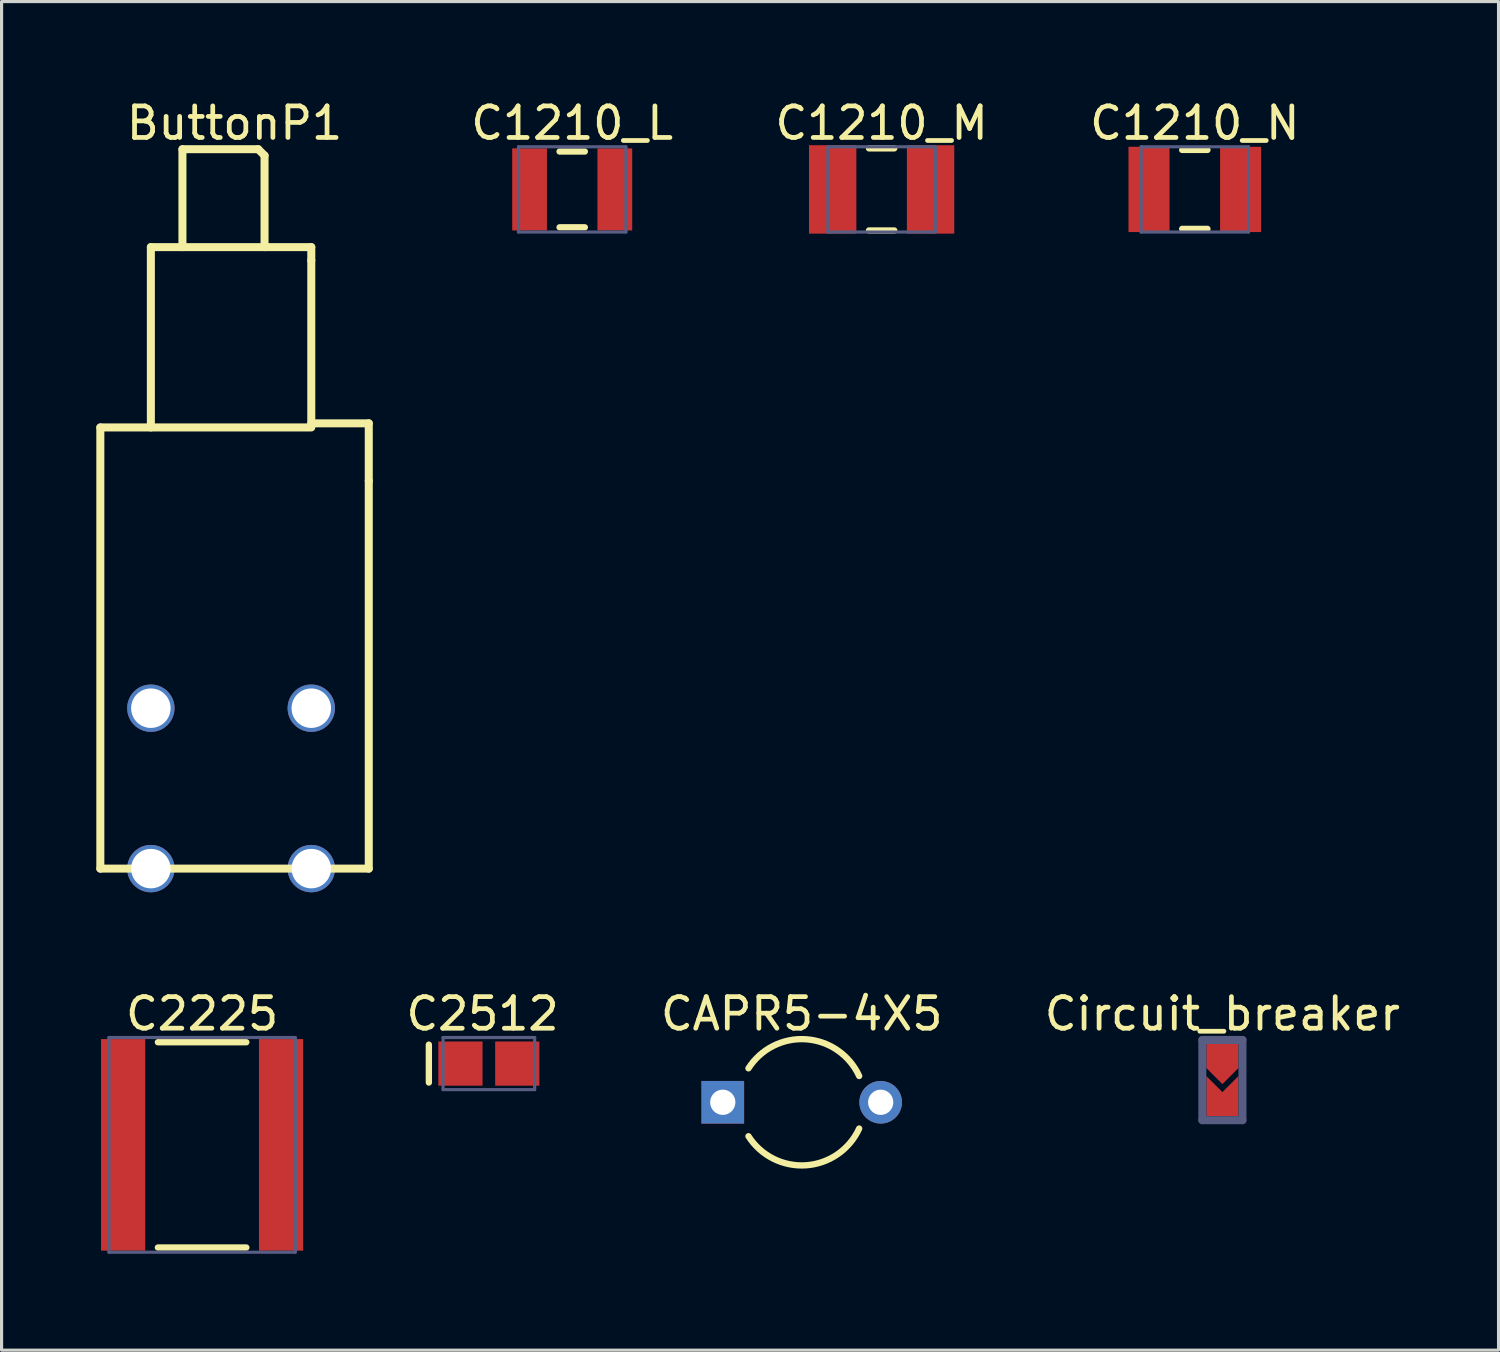
<source format=kicad_pcb>
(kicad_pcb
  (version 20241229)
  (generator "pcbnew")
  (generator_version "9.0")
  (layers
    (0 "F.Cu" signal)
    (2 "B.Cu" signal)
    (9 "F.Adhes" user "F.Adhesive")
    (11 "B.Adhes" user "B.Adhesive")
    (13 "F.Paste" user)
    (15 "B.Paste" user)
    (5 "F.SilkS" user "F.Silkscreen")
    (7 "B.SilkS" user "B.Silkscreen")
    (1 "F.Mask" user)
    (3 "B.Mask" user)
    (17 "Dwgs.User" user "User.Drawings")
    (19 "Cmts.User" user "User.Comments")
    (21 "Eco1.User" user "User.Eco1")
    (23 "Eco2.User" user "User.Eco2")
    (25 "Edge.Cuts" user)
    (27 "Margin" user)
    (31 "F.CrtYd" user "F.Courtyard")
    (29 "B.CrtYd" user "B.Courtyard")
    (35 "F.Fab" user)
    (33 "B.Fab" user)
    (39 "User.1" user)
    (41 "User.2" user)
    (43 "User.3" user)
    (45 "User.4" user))
  (footprint "CAPR5-4X5"
    (layer "F.Cu")
    (at 22.337 31.854)
    (property "Reference" "CAPR5-4X5" (at 0 -2.8 0) (layer "F.SilkS") (effects (font (size 1 1) (thickness 0.15))))
    (fp_arc (start -1.68651 -1.075011) (mid 0.138513 -1.995198) (end 1.818888 -0.831673) (stroke (width 0.2) (type solid)) (layer "F.SilkS"))
    (fp_arc (start 1.818889 0.831673) (mid 0.138513 1.995199) (end -1.68651 1.075011) (stroke (width 0.2) (type solid)) (layer "F.SilkS"))
    (pad "1" thru_hole rect (at -2.5 -0.00001) (size 1.35 1.35) (drill 0.8) (layers "*.Cu" "*.Mask"))
    (pad "2" thru_hole circle (at 2.5 0.00001) (size 1.35 1.35) (drill 0.8) (layers "*.Cu" "*.Mask")))
  (footprint "C1210_N"
    (layer "F.Cu")
    (at 34.784 2.948)
    (property "Reference" "C1210_N" (at 0 -2.1 0) (layer "F.SilkS") (effects (font (size 1 1) (thickness 0.15))))
    (fp_line (start -0.4 -1.25) (end 0.4 -1.25) (stroke (width 0.2) (type solid)) (layer "F.SilkS"))
    (fp_line (start -0.4 1.25) (end 0.4 1.25) (stroke (width 0.2) (type solid)) (layer "F.SilkS"))
    (fp_line (start -2.35 -1.6) (end 2.35 -1.6) (stroke (width 0.1) (type solid)) (layer "Eco2.User"))
    (fp_line (start -2.35 1.6) (end -2.35 -1.6) (stroke (width 0.1) (type solid)) (layer "Eco2.User"))
    (fp_line (start -2.35 1.6) (end 2.35 1.6) (stroke (width 0.1) (type solid)) (layer "Eco2.User"))
    (fp_line (start -0.5 0) (end 0.5 0) (stroke (width 0.1) (type solid)) (layer "Eco2.User"))
    (fp_line (start 0 0.5) (end 0 -0.5) (stroke (width 0.1) (type solid)) (layer "Eco2.User"))
    (fp_line (start 2.35 1.6) (end 2.35 -1.6) (stroke (width 0.1) (type solid)) (layer "Eco2.User"))
    (fp_line (start -1.7 -1.35) (end 1.7 -1.35) (stroke (width 0.1) (type solid)) (layer "B.Fab"))
    (fp_line (start -1.7 1.35) (end -1.7 -1.35) (stroke (width 0.1) (type solid)) (layer "B.Fab"))
    (fp_line (start -1.7 1.35) (end 1.7 1.35) (stroke (width 0.1) (type solid)) (layer "B.Fab"))
    (fp_line (start 1.7 1.35) (end 1.7 -1.35) (stroke (width 0.1) (type solid)) (layer "B.Fab"))
    (pad "1" smd rect (at -1.45 0 90) (size 2.7 1.3) (layers "F.Cu" "F.Mask" "F.Paste"))
    (pad "2" smd rect (at 1.45 0 90) (size 2.7 1.3) (layers "F.Cu" "F.Mask" "F.Paste")))
  (footprint "ButtonP1"
    (layer "F.Cu")
    (at 1.727 19.375)
    (property "Reference" "ButtonP1" (at 2.65 -18.527 0) (layer "F.SilkS") (effects (font (size 1 1) (thickness 0.15))))
    (fp_line (start -1.6 -8.89) (end 5.08 -8.89) (stroke (width 0.254) (type solid)) (layer "F.SilkS"))
    (fp_line (start -1.6 5.08) (end -1.6 -8.89) (stroke (width 0.254) (type solid)) (layer "F.SilkS"))
    (fp_line (start -1.6 5.08) (end 6.9 5.08) (stroke (width 0.254) (type solid)) (layer "F.SilkS"))
    (fp_line (start 0 -14.6) (end 5.08 -14.6) (stroke (width 0.254) (type solid)) (layer "F.SilkS"))
    (fp_line (start 0 -8.89) (end 0 -14.6) (stroke (width 0.254) (type solid)) (layer "F.SilkS"))
    (fp_line (start 1 -17.7) (end 3.4 -17.7) (stroke (width 0.254) (type solid)) (layer "F.SilkS"))
    (fp_line (start 1 -14.6) (end 1 -17.7) (stroke (width 0.254) (type solid)) (layer "F.SilkS"))
    (fp_line (start 3.4 -17.7) (end 3.6 -17.5) (stroke (width 0.254) (type solid)) (layer "F.SilkS"))
    (fp_line (start 3.6 -14.6) (end 3.6 -17.5) (stroke (width 0.254) (type solid)) (layer "F.SilkS"))
    (fp_line (start 5.08 -14.18) (end 5.08 -14.6) (stroke (width 0.254) (type solid)) (layer "F.SilkS"))
    (fp_line (start 5.08 -9.02) (end 5.08 -14.18) (stroke (width 0.254) (type solid)) (layer "F.SilkS"))
    (fp_line (start 5.08 -9.02) (end 6.9 -9.02) (stroke (width 0.254) (type solid)) (layer "F.SilkS"))
    (fp_line (start 6.9 -7.2) (end 6.9 -9.02) (stroke (width 0.254) (type solid)) (layer "F.SilkS"))
    (fp_line (start 6.9 5.08) (end 6.9 -7.2) (stroke (width 0.254) (type solid)) (layer "F.SilkS"))
    (pad "1" thru_hole circle (at 0 0) (size 1.5 1.5) (drill 1.25) (layers "*.Cu" "*.Mask"))
    (pad "2" thru_hole circle (at 5.08 0) (size 1.5 1.5) (drill 1.25) (layers "*.Cu" "*.Mask"))
    (pad "3" thru_hole circle (at 0 5.08) (size 1.5 1.5) (drill 1.25) (layers "*.Cu" "*.Mask"))
    (pad "4" thru_hole circle (at 5.08 5.08) (size 1.5 1.5) (drill 1.25) (layers "*.Cu" "*.Mask")))
  (footprint "C2225"
    (layer "F.Cu")
    (at 3.35 33.203)
    (property "Reference" "C2225" (at 0 -4.15 0) (layer "F.SilkS") (effects (font (size 1 1) (thickness 0.15))))
    (fp_line (start -1.4 -3.25) (end 1.4 -3.25) (stroke (width 0.2) (type solid)) (layer "F.SilkS"))
    (fp_line (start -1.4 3.25) (end 1.4 3.25) (stroke (width 0.2) (type solid)) (layer "F.SilkS"))
    (fp_line (start -3.3 -3.45) (end 3.3 -3.45) (stroke (width 0.1) (type solid)) (layer "Eco2.User"))
    (fp_line (start -3.3 3.45) (end -3.3 -3.45) (stroke (width 0.1) (type solid)) (layer "Eco2.User"))
    (fp_line (start -3.3 3.45) (end 3.3 3.45) (stroke (width 0.1) (type solid)) (layer "Eco2.User"))
    (fp_line (start -0.5 0) (end 0.5 0) (stroke (width 0.1) (type solid)) (layer "Eco2.User"))
    (fp_line (start 0 0.5) (end 0 -0.5) (stroke (width 0.1) (type solid)) (layer "Eco2.User"))
    (fp_line (start 3.3 3.45) (end 3.3 -3.45) (stroke (width 0.1) (type solid)) (layer "Eco2.User"))
    (fp_line (start -2.95 -3.4) (end 2.95 -3.4) (stroke (width 0.1) (type solid)) (layer "B.Fab"))
    (fp_line (start -2.95 3.4) (end -2.95 -3.4) (stroke (width 0.1) (type solid)) (layer "B.Fab"))
    (fp_line (start -2.95 3.4) (end 2.95 3.4) (stroke (width 0.1) (type solid)) (layer "B.Fab"))
    (fp_line (start 2.95 3.4) (end 2.95 -3.4) (stroke (width 0.1) (type solid)) (layer "B.Fab"))
    (pad "1" smd rect (at -2.5 0 90) (size 6.7 1.4) (layers "F.Cu" "F.Mask" "F.Paste"))
    (pad "2" smd rect (at 2.5 0 90) (size 6.7 1.4) (layers "F.Cu" "F.Mask" "F.Paste")))
  (footprint "Circuit_breaker"
    (layer "F.Cu")
    (at 35.15 32.294)
    (property "Reference" "Circuit_breaker" (at 0.508 -3.24 0) (layer "F.SilkS") (effects (font (size 1 1) (thickness 0.15))))
    (fp_poly (pts (xy 0 -1.27) (xy 0 0) (xy 1.016 0) (xy 1.016 -1.27) (xy 0.508 -0.762)) (stroke (width 0) (type default)) (fill yes) (layer "F.Mask"))
    (fp_poly (pts (xy 0.508 -1.016) (xy 0 -1.524) (xy 0 -2.286) (xy 1.016 -2.286) (xy 1.016 -1.524)) (stroke (width 0) (type default)) (fill yes) (layer "F.Mask"))
    (fp_line (start -0.127 -2.413) (end 1.143 -2.413) (stroke (width 0.254) (type solid)) (layer "Eco2.User"))
    (fp_line (start -0.127 0.127) (end -0.127 -2.413) (stroke (width 0.254) (type solid)) (layer "Eco2.User"))
    (fp_line (start -0.127 0.127) (end 1.143 0.127) (stroke (width 0.254) (type solid)) (layer "Eco2.User"))
    (fp_line (start 1.143 0.127) (end 1.143 -2.413) (stroke (width 0.254) (type solid)) (layer "Eco2.User"))
    (fp_line (start -0.127 -2.413) (end 1.143 -2.413) (stroke (width 0.254) (type solid)) (layer "B.Fab"))
    (fp_line (start -0.127 0.127) (end -0.127 -2.413) (stroke (width 0.254) (type solid)) (layer "B.Fab"))
    (fp_line (start -0.127 0.127) (end 1.143 0.127) (stroke (width 0.254) (type solid)) (layer "B.Fab"))
    (fp_line (start 1.143 0.127) (end 1.143 -2.413) (stroke (width 0.254) (type solid)) (layer "B.Fab"))
    (fp_text user "${REFERENCE}" (at 0.192 -1.778 270) (unlocked yes) (layer "Eco2.User") (effects (font (size 0.508 0.508) (thickness 0.152)) (justify left bottom)))
    (pad "1" smd custom (at 0 0) (size 0.000001 0.000001) (layers "F.Cu") (options (anchor circle)) (primitives (gr_poly (pts (xy 0 0) (xy 0.508 0) (xy 1.016 0) (xy 1.016 -1.27) (xy 0.508 -0.762) (xy 0 -1.27)) (width 0) (fill yes))))
    (pad "1" smd rect (at 0.508 -0.381) (size 0.762 0.508) (layers "F.Cu" "F.Mask" "F.Paste"))
    (pad "2" smd rect (at 0.508 -1.905) (size 0.762 0.508) (layers "F.Cu" "F.Mask" "F.Paste"))
    (pad "2" smd custom (at 1.016 -1.524) (size 0.000001 0.000001) (layers "F.Cu") (options (anchor circle)) (primitives (gr_poly (pts (xy 0 0) (xy 0 -0.762) (xy -0.508 -0.762) (xy -1.016 -0.762) (xy -1.016 0) (xy -0.508 0.508)) (width 0) (fill yes)))))
  (footprint "C2512"
    (layer "F.Cu")
    (at 12.43 30.629)
    (property "Reference" "C2512" (at -0.2 -1.575 0) (layer "F.SilkS") (effects (font (size 1 1) (thickness 0.15))))
    (fp_line (start -1.9 0.6) (end -1.9 -0.6) (stroke (width 0.2) (type solid)) (layer "F.SilkS"))
    (fp_line (start -1.7 -0.8) (end 1.7 -0.8) (stroke (width 0.1) (type solid)) (layer "Eco2.User"))
    (fp_line (start -1.7 0.8) (end -1.7 -0.8) (stroke (width 0.1) (type solid)) (layer "Eco2.User"))
    (fp_line (start -1.7 0.8) (end 1.7 0.8) (stroke (width 0.1) (type solid)) (layer "Eco2.User"))
    (fp_line (start -0.5 0) (end 0.5 0) (stroke (width 0.1) (type solid)) (layer "Eco2.User"))
    (fp_line (start 0 0.5) (end 0 -0.5) (stroke (width 0.1) (type solid)) (layer "Eco2.User"))
    (fp_line (start 1.7 0.8) (end 1.7 -0.8) (stroke (width 0.1) (type solid)) (layer "Eco2.User"))
    (fp_line (start -1.45 -0.825) (end 1.45 -0.825) (stroke (width 0.1) (type solid)) (layer "B.Fab"))
    (fp_line (start -1.45 0.825) (end -1.45 -0.825) (stroke (width 0.1) (type solid)) (layer "B.Fab"))
    (fp_line (start -1.45 0.825) (end 1.45 0.825) (stroke (width 0.1) (type solid)) (layer "B.Fab"))
    (fp_line (start 1.45 0.825) (end 1.45 -0.825) (stroke (width 0.1) (type solid)) (layer "B.Fab"))
    (pad "1" smd rect (at -0.9 0 90) (size 1.4 1.4) (layers "F.Cu" "F.Mask" "F.Paste"))
    (pad "2" smd rect (at 0.9 0 90) (size 1.4 1.4) (layers "F.Cu" "F.Mask" "F.Paste")))
  (footprint "C1210_L"
    (layer "F.Cu")
    (at 15.069 2.948)
    (property "Reference" "C1210_L" (at 0 -2.1 0) (layer "F.SilkS") (effects (font (size 1 1) (thickness 0.15))))
    (fp_line (start -0.4 -1.2) (end 0.4 -1.2) (stroke (width 0.2) (type solid)) (layer "F.SilkS"))
    (fp_line (start -0.4 1.2) (end 0.4 1.2) (stroke (width 0.2) (type solid)) (layer "F.SilkS"))
    (fp_line (start -2 -1.4) (end 2 -1.4) (stroke (width 0.1) (type solid)) (layer "Eco2.User"))
    (fp_line (start -2 1.4) (end -2 -1.4) (stroke (width 0.1) (type solid)) (layer "Eco2.User"))
    (fp_line (start -2 1.4) (end 2 1.4) (stroke (width 0.1) (type solid)) (layer "Eco2.User"))
    (fp_line (start -0.5 0) (end 0.5 0) (stroke (width 0.1) (type solid)) (layer "Eco2.User"))
    (fp_line (start 0 0.5) (end 0 -0.5) (stroke (width 0.1) (type solid)) (layer "Eco2.User"))
    (fp_line (start 2 1.4) (end 2 -1.4) (stroke (width 0.1) (type solid)) (layer "Eco2.User"))
    (fp_line (start -1.7 -1.35) (end 1.7 -1.35) (stroke (width 0.1) (type solid)) (layer "B.Fab"))
    (fp_line (start -1.7 1.35) (end -1.7 -1.35) (stroke (width 0.1) (type solid)) (layer "B.Fab"))
    (fp_line (start -1.7 1.35) (end 1.7 1.35) (stroke (width 0.1) (type solid)) (layer "B.Fab"))
    (fp_line (start 1.7 1.35) (end 1.7 -1.35) (stroke (width 0.1) (type solid)) (layer "B.Fab"))
    (pad "1" smd rect (at -1.35 0 90) (size 2.6 1.1) (layers "F.Cu" "F.Mask" "F.Paste"))
    (pad "2" smd rect (at 1.35 0 90) (size 2.6 1.1) (layers "F.Cu" "F.Mask" "F.Paste")))
  (footprint "C1210_M"
    (layer "F.Cu")
    (at 24.867 2.948)
    (property "Reference" "C1210_M" (at 0 -2.1 0) (layer "F.SilkS") (effects (font (size 1 1) (thickness 0.15))))
    (fp_line (start -0.4 -1.3) (end 0.4 -1.3) (stroke (width 0.2) (type solid)) (layer "F.SilkS"))
    (fp_line (start -0.4 1.3) (end 0.4 1.3) (stroke (width 0.2) (type solid)) (layer "F.SilkS"))
    (fp_line (start -2.8 -1.9) (end 2.8 -1.9) (stroke (width 0.1) (type solid)) (layer "Eco2.User"))
    (fp_line (start -2.8 1.9) (end -2.8 -1.9) (stroke (width 0.1) (type solid)) (layer "Eco2.User"))
    (fp_line (start -2.8 1.9) (end 2.8 1.9) (stroke (width 0.1) (type solid)) (layer "Eco2.User"))
    (fp_line (start -0.5 0) (end 0.5 0) (stroke (width 0.1) (type solid)) (layer "Eco2.User"))
    (fp_line (start 0 0.5) (end 0 -0.5) (stroke (width 0.1) (type solid)) (layer "Eco2.User"))
    (fp_line (start 2.8 1.9) (end 2.8 -1.9) (stroke (width 0.1) (type solid)) (layer "Eco2.User"))
    (fp_line (start -1.7 -1.35) (end 1.7 -1.35) (stroke (width 0.1) (type solid)) (layer "B.Fab"))
    (fp_line (start -1.7 1.35) (end -1.7 -1.35) (stroke (width 0.1) (type solid)) (layer "B.Fab"))
    (fp_line (start -1.7 1.35) (end 1.7 1.35) (stroke (width 0.1) (type solid)) (layer "B.Fab"))
    (fp_line (start 1.7 1.35) (end 1.7 -1.35) (stroke (width 0.1) (type solid)) (layer "B.Fab"))
    (pad "1" smd rect (at -1.55 0 90) (size 2.8 1.5) (layers "F.Cu" "F.Mask" "F.Paste"))
    (pad "2" smd rect (at 1.55 0 90) (size 2.8 1.5) (layers "F.Cu" "F.Mask" "F.Paste")))
  (gr_rect
    (start -3 -3)
    (end 44.402 39.703)
    (stroke (width 0.1) (type default))
    (fill no)
    (layer "Edge.Cuts")))
</source>
